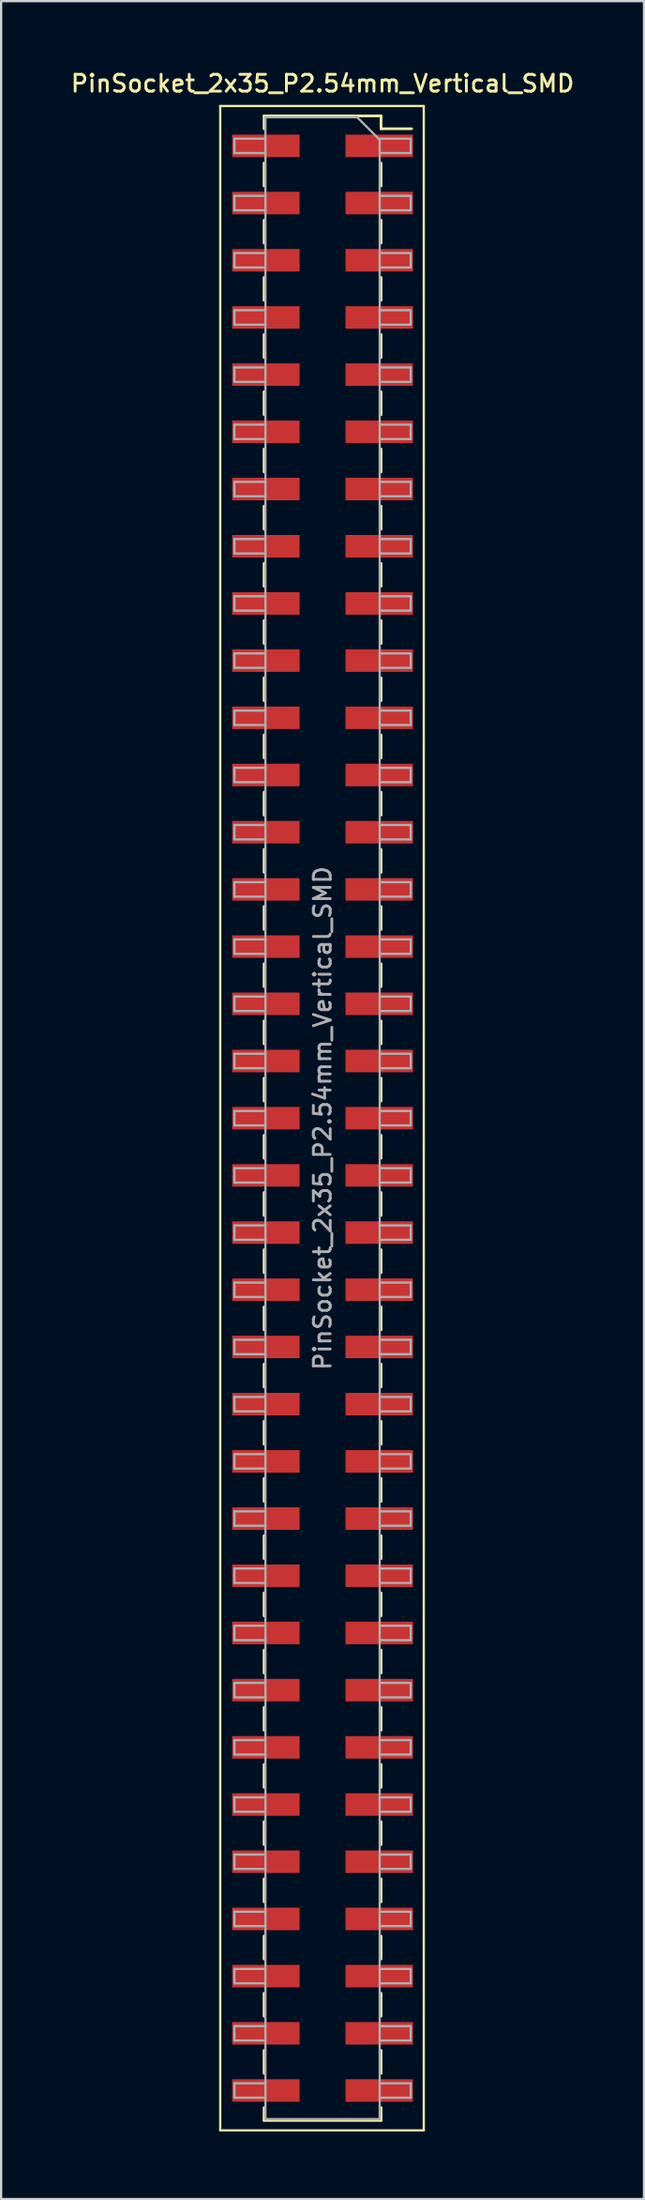
<source format=kicad_pcb>
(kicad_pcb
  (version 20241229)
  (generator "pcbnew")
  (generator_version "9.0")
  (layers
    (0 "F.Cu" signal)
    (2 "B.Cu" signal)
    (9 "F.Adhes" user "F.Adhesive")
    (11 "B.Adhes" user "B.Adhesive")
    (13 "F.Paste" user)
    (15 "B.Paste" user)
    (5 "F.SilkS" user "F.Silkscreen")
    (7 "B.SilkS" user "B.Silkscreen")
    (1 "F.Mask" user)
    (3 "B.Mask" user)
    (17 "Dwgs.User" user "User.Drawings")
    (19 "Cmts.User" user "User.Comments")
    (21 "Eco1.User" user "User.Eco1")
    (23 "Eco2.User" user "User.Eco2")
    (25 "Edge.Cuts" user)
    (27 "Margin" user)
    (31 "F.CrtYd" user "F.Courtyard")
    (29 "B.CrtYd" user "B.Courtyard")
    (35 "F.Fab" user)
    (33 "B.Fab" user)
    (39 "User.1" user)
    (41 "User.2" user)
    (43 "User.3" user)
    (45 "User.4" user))
  (footprint "PinSocket_2x35_P2.54mm_Vertical_SMD"
    (layer "F.Cu")
    (at 11.291 46.608)
    (property "Reference" "PinSocket_2x35_P2.54mm_Vertical_SMD" (at 0 -45.95 0) (layer "F.SilkS") (effects (font (size 0.75 0.75) (thickness 0.125))))
    (attr smd)
    (fp_line (start -4.55 -44.95) (end 4.5 -44.95) (stroke (width 0.1) (type solid)) (layer "F.SilkS"))
    (fp_line (start -4.55 44.95) (end -4.55 -44.95) (stroke (width 0.1) (type solid)) (layer "F.SilkS"))
    (fp_line (start -2.6 -44.51) (end -2.6 -43.94) (stroke (width 0.12) (type solid)) (layer "F.SilkS"))
    (fp_line (start -2.6 -44.51) (end 2.6 -44.51) (stroke (width 0.12) (type solid)) (layer "F.SilkS"))
    (fp_line (start -2.6 -42.42) (end -2.6 -41.4) (stroke (width 0.12) (type solid)) (layer "F.SilkS"))
    (fp_line (start -2.6 -39.88) (end -2.6 -38.86) (stroke (width 0.12) (type solid)) (layer "F.SilkS"))
    (fp_line (start -2.6 -37.34) (end -2.6 -36.32) (stroke (width 0.12) (type solid)) (layer "F.SilkS"))
    (fp_line (start -2.6 -34.8) (end -2.6 -33.78) (stroke (width 0.12) (type solid)) (layer "F.SilkS"))
    (fp_line (start -2.6 -32.26) (end -2.6 -31.24) (stroke (width 0.12) (type solid)) (layer "F.SilkS"))
    (fp_line (start -2.6 -29.72) (end -2.6 -28.7) (stroke (width 0.12) (type solid)) (layer "F.SilkS"))
    (fp_line (start -2.6 -27.18) (end -2.6 -26.16) (stroke (width 0.12) (type solid)) (layer "F.SilkS"))
    (fp_line (start -2.6 -24.64) (end -2.6 -23.62) (stroke (width 0.12) (type solid)) (layer "F.SilkS"))
    (fp_line (start -2.6 -22.1) (end -2.6 -21.08) (stroke (width 0.12) (type solid)) (layer "F.SilkS"))
    (fp_line (start -2.6 -19.56) (end -2.6 -18.54) (stroke (width 0.12) (type solid)) (layer "F.SilkS"))
    (fp_line (start -2.6 -17.02) (end -2.6 -16) (stroke (width 0.12) (type solid)) (layer "F.SilkS"))
    (fp_line (start -2.6 -14.48) (end -2.6 -13.46) (stroke (width 0.12) (type solid)) (layer "F.SilkS"))
    (fp_line (start -2.6 -11.94) (end -2.6 -10.92) (stroke (width 0.12) (type solid)) (layer "F.SilkS"))
    (fp_line (start -2.6 -9.4) (end -2.6 -8.38) (stroke (width 0.12) (type solid)) (layer "F.SilkS"))
    (fp_line (start -2.6 -6.86) (end -2.6 -5.84) (stroke (width 0.12) (type solid)) (layer "F.SilkS"))
    (fp_line (start -2.6 -4.32) (end -2.6 -3.3) (stroke (width 0.12) (type solid)) (layer "F.SilkS"))
    (fp_line (start -2.6 -1.78) (end -2.6 -0.76) (stroke (width 0.12) (type solid)) (layer "F.SilkS"))
    (fp_line (start -2.6 0.76) (end -2.6 1.78) (stroke (width 0.12) (type solid)) (layer "F.SilkS"))
    (fp_line (start -2.6 3.3) (end -2.6 4.32) (stroke (width 0.12) (type solid)) (layer "F.SilkS"))
    (fp_line (start -2.6 5.84) (end -2.6 6.86) (stroke (width 0.12) (type solid)) (layer "F.SilkS"))
    (fp_line (start -2.6 8.38) (end -2.6 9.4) (stroke (width 0.12) (type solid)) (layer "F.SilkS"))
    (fp_line (start -2.6 10.92) (end -2.6 11.94) (stroke (width 0.12) (type solid)) (layer "F.SilkS"))
    (fp_line (start -2.6 13.46) (end -2.6 14.48) (stroke (width 0.12) (type solid)) (layer "F.SilkS"))
    (fp_line (start -2.6 16) (end -2.6 17.02) (stroke (width 0.12) (type solid)) (layer "F.SilkS"))
    (fp_line (start -2.6 18.54) (end -2.6 19.56) (stroke (width 0.12) (type solid)) (layer "F.SilkS"))
    (fp_line (start -2.6 21.08) (end -2.6 22.1) (stroke (width 0.12) (type solid)) (layer "F.SilkS"))
    (fp_line (start -2.6 23.62) (end -2.6 24.64) (stroke (width 0.12) (type solid)) (layer "F.SilkS"))
    (fp_line (start -2.6 26.16) (end -2.6 27.18) (stroke (width 0.12) (type solid)) (layer "F.SilkS"))
    (fp_line (start -2.6 28.7) (end -2.6 29.72) (stroke (width 0.12) (type solid)) (layer "F.SilkS"))
    (fp_line (start -2.6 31.24) (end -2.6 32.26) (stroke (width 0.12) (type solid)) (layer "F.SilkS"))
    (fp_line (start -2.6 33.78) (end -2.6 34.8) (stroke (width 0.12) (type solid)) (layer "F.SilkS"))
    (fp_line (start -2.6 36.32) (end -2.6 37.34) (stroke (width 0.12) (type solid)) (layer "F.SilkS"))
    (fp_line (start -2.6 38.86) (end -2.6 39.88) (stroke (width 0.12) (type solid)) (layer "F.SilkS"))
    (fp_line (start -2.6 41.4) (end -2.6 42.42) (stroke (width 0.12) (type solid)) (layer "F.SilkS"))
    (fp_line (start -2.6 43.94) (end -2.6 44.51) (stroke (width 0.12) (type solid)) (layer "F.SilkS"))
    (fp_line (start -2.6 44.51) (end 2.6 44.51) (stroke (width 0.12) (type solid)) (layer "F.SilkS"))
    (fp_line (start 2.6 -44.51) (end 2.6 -43.94) (stroke (width 0.12) (type solid)) (layer "F.SilkS"))
    (fp_line (start 2.6 -43.94) (end 3.96 -43.94) (stroke (width 0.12) (type solid)) (layer "F.SilkS"))
    (fp_line (start 2.6 -42.42) (end 2.6 -41.4) (stroke (width 0.12) (type solid)) (layer "F.SilkS"))
    (fp_line (start 2.6 -39.88) (end 2.6 -38.86) (stroke (width 0.12) (type solid)) (layer "F.SilkS"))
    (fp_line (start 2.6 -37.34) (end 2.6 -36.32) (stroke (width 0.12) (type solid)) (layer "F.SilkS"))
    (fp_line (start 2.6 -34.8) (end 2.6 -33.78) (stroke (width 0.12) (type solid)) (layer "F.SilkS"))
    (fp_line (start 2.6 -32.26) (end 2.6 -31.24) (stroke (width 0.12) (type solid)) (layer "F.SilkS"))
    (fp_line (start 2.6 -29.72) (end 2.6 -28.7) (stroke (width 0.12) (type solid)) (layer "F.SilkS"))
    (fp_line (start 2.6 -27.18) (end 2.6 -26.16) (stroke (width 0.12) (type solid)) (layer "F.SilkS"))
    (fp_line (start 2.6 -24.64) (end 2.6 -23.62) (stroke (width 0.12) (type solid)) (layer "F.SilkS"))
    (fp_line (start 2.6 -22.1) (end 2.6 -21.08) (stroke (width 0.12) (type solid)) (layer "F.SilkS"))
    (fp_line (start 2.6 -19.56) (end 2.6 -18.54) (stroke (width 0.12) (type solid)) (layer "F.SilkS"))
    (fp_line (start 2.6 -17.02) (end 2.6 -16) (stroke (width 0.12) (type solid)) (layer "F.SilkS"))
    (fp_line (start 2.6 -14.48) (end 2.6 -13.46) (stroke (width 0.12) (type solid)) (layer "F.SilkS"))
    (fp_line (start 2.6 -11.94) (end 2.6 -10.92) (stroke (width 0.12) (type solid)) (layer "F.SilkS"))
    (fp_line (start 2.6 -9.4) (end 2.6 -8.38) (stroke (width 0.12) (type solid)) (layer "F.SilkS"))
    (fp_line (start 2.6 -6.86) (end 2.6 -5.84) (stroke (width 0.12) (type solid)) (layer "F.SilkS"))
    (fp_line (start 2.6 -4.32) (end 2.6 -3.3) (stroke (width 0.12) (type solid)) (layer "F.SilkS"))
    (fp_line (start 2.6 -1.78) (end 2.6 -0.76) (stroke (width 0.12) (type solid)) (layer "F.SilkS"))
    (fp_line (start 2.6 0.76) (end 2.6 1.78) (stroke (width 0.12) (type solid)) (layer "F.SilkS"))
    (fp_line (start 2.6 3.3) (end 2.6 4.32) (stroke (width 0.12) (type solid)) (layer "F.SilkS"))
    (fp_line (start 2.6 5.84) (end 2.6 6.86) (stroke (width 0.12) (type solid)) (layer "F.SilkS"))
    (fp_line (start 2.6 8.38) (end 2.6 9.4) (stroke (width 0.12) (type solid)) (layer "F.SilkS"))
    (fp_line (start 2.6 10.92) (end 2.6 11.94) (stroke (width 0.12) (type solid)) (layer "F.SilkS"))
    (fp_line (start 2.6 13.46) (end 2.6 14.48) (stroke (width 0.12) (type solid)) (layer "F.SilkS"))
    (fp_line (start 2.6 16) (end 2.6 17.02) (stroke (width 0.12) (type solid)) (layer "F.SilkS"))
    (fp_line (start 2.6 18.54) (end 2.6 19.56) (stroke (width 0.12) (type solid)) (layer "F.SilkS"))
    (fp_line (start 2.6 21.08) (end 2.6 22.1) (stroke (width 0.12) (type solid)) (layer "F.SilkS"))
    (fp_line (start 2.6 23.62) (end 2.6 24.64) (stroke (width 0.12) (type solid)) (layer "F.SilkS"))
    (fp_line (start 2.6 26.16) (end 2.6 27.18) (stroke (width 0.12) (type solid)) (layer "F.SilkS"))
    (fp_line (start 2.6 28.7) (end 2.6 29.72) (stroke (width 0.12) (type solid)) (layer "F.SilkS"))
    (fp_line (start 2.6 31.24) (end 2.6 32.26) (stroke (width 0.12) (type solid)) (layer "F.SilkS"))
    (fp_line (start 2.6 33.78) (end 2.6 34.8) (stroke (width 0.12) (type solid)) (layer "F.SilkS"))
    (fp_line (start 2.6 36.32) (end 2.6 37.34) (stroke (width 0.12) (type solid)) (layer "F.SilkS"))
    (fp_line (start 2.6 38.86) (end 2.6 39.88) (stroke (width 0.12) (type solid)) (layer "F.SilkS"))
    (fp_line (start 2.6 41.4) (end 2.6 42.42) (stroke (width 0.12) (type solid)) (layer "F.SilkS"))
    (fp_line (start 2.6 43.94) (end 2.6 44.51) (stroke (width 0.12) (type solid)) (layer "F.SilkS"))
    (fp_line (start 4.5 -44.95) (end 4.5 44.95) (stroke (width 0.1) (type solid)) (layer "F.SilkS"))
    (fp_line (start 4.5 44.95) (end -4.55 44.95) (stroke (width 0.1) (type solid)) (layer "F.SilkS"))
    (fp_line (start -3.92 -43.5) (end -2.54 -43.5) (stroke (width 0.1) (type solid)) (layer "F.Fab"))
    (fp_line (start -3.92 -42.86) (end -3.92 -43.5) (stroke (width 0.1) (type solid)) (layer "F.Fab"))
    (fp_line (start -3.92 -40.96) (end -2.54 -40.96) (stroke (width 0.1) (type solid)) (layer "F.Fab"))
    (fp_line (start -3.92 -40.32) (end -3.92 -40.96) (stroke (width 0.1) (type solid)) (layer "F.Fab"))
    (fp_line (start -3.92 -38.42) (end -2.54 -38.42) (stroke (width 0.1) (type solid)) (layer "F.Fab"))
    (fp_line (start -3.92 -37.78) (end -3.92 -38.42) (stroke (width 0.1) (type solid)) (layer "F.Fab"))
    (fp_line (start -3.92 -35.88) (end -2.54 -35.88) (stroke (width 0.1) (type solid)) (layer "F.Fab"))
    (fp_line (start -3.92 -35.24) (end -3.92 -35.88) (stroke (width 0.1) (type solid)) (layer "F.Fab"))
    (fp_line (start -3.92 -33.34) (end -2.54 -33.34) (stroke (width 0.1) (type solid)) (layer "F.Fab"))
    (fp_line (start -3.92 -32.7) (end -3.92 -33.34) (stroke (width 0.1) (type solid)) (layer "F.Fab"))
    (fp_line (start -3.92 -30.8) (end -2.54 -30.8) (stroke (width 0.1) (type solid)) (layer "F.Fab"))
    (fp_line (start -3.92 -30.16) (end -3.92 -30.8) (stroke (width 0.1) (type solid)) (layer "F.Fab"))
    (fp_line (start -3.92 -28.26) (end -2.54 -28.26) (stroke (width 0.1) (type solid)) (layer "F.Fab"))
    (fp_line (start -3.92 -27.62) (end -3.92 -28.26) (stroke (width 0.1) (type solid)) (layer "F.Fab"))
    (fp_line (start -3.92 -25.72) (end -2.54 -25.72) (stroke (width 0.1) (type solid)) (layer "F.Fab"))
    (fp_line (start -3.92 -25.08) (end -3.92 -25.72) (stroke (width 0.1) (type solid)) (layer "F.Fab"))
    (fp_line (start -3.92 -23.18) (end -2.54 -23.18) (stroke (width 0.1) (type solid)) (layer "F.Fab"))
    (fp_line (start -3.92 -22.54) (end -3.92 -23.18) (stroke (width 0.1) (type solid)) (layer "F.Fab"))
    (fp_line (start -3.92 -20.64) (end -2.54 -20.64) (stroke (width 0.1) (type solid)) (layer "F.Fab"))
    (fp_line (start -3.92 -20) (end -3.92 -20.64) (stroke (width 0.1) (type solid)) (layer "F.Fab"))
    (fp_line (start -3.92 -18.1) (end -2.54 -18.1) (stroke (width 0.1) (type solid)) (layer "F.Fab"))
    (fp_line (start -3.92 -17.46) (end -3.92 -18.1) (stroke (width 0.1) (type solid)) (layer "F.Fab"))
    (fp_line (start -3.92 -15.56) (end -2.54 -15.56) (stroke (width 0.1) (type solid)) (layer "F.Fab"))
    (fp_line (start -3.92 -14.92) (end -3.92 -15.56) (stroke (width 0.1) (type solid)) (layer "F.Fab"))
    (fp_line (start -3.92 -13.02) (end -2.54 -13.02) (stroke (width 0.1) (type solid)) (layer "F.Fab"))
    (fp_line (start -3.92 -12.38) (end -3.92 -13.02) (stroke (width 0.1) (type solid)) (layer "F.Fab"))
    (fp_line (start -3.92 -10.48) (end -2.54 -10.48) (stroke (width 0.1) (type solid)) (layer "F.Fab"))
    (fp_line (start -3.92 -9.84) (end -3.92 -10.48) (stroke (width 0.1) (type solid)) (layer "F.Fab"))
    (fp_line (start -3.92 -7.94) (end -2.54 -7.94) (stroke (width 0.1) (type solid)) (layer "F.Fab"))
    (fp_line (start -3.92 -7.3) (end -3.92 -7.94) (stroke (width 0.1) (type solid)) (layer "F.Fab"))
    (fp_line (start -3.92 -5.4) (end -2.54 -5.4) (stroke (width 0.1) (type solid)) (layer "F.Fab"))
    (fp_line (start -3.92 -4.76) (end -3.92 -5.4) (stroke (width 0.1) (type solid)) (layer "F.Fab"))
    (fp_line (start -3.92 -2.86) (end -2.54 -2.86) (stroke (width 0.1) (type solid)) (layer "F.Fab"))
    (fp_line (start -3.92 -2.22) (end -3.92 -2.86) (stroke (width 0.1) (type solid)) (layer "F.Fab"))
    (fp_line (start -3.92 -0.32) (end -2.54 -0.32) (stroke (width 0.1) (type solid)) (layer "F.Fab"))
    (fp_line (start -3.92 0.32) (end -3.92 -0.32) (stroke (width 0.1) (type solid)) (layer "F.Fab"))
    (fp_line (start -3.92 2.22) (end -2.54 2.22) (stroke (width 0.1) (type solid)) (layer "F.Fab"))
    (fp_line (start -3.92 2.86) (end -3.92 2.22) (stroke (width 0.1) (type solid)) (layer "F.Fab"))
    (fp_line (start -3.92 4.76) (end -2.54 4.76) (stroke (width 0.1) (type solid)) (layer "F.Fab"))
    (fp_line (start -3.92 5.4) (end -3.92 4.76) (stroke (width 0.1) (type solid)) (layer "F.Fab"))
    (fp_line (start -3.92 7.3) (end -2.54 7.3) (stroke (width 0.1) (type solid)) (layer "F.Fab"))
    (fp_line (start -3.92 7.94) (end -3.92 7.3) (stroke (width 0.1) (type solid)) (layer "F.Fab"))
    (fp_line (start -3.92 9.84) (end -2.54 9.84) (stroke (width 0.1) (type solid)) (layer "F.Fab"))
    (fp_line (start -3.92 10.48) (end -3.92 9.84) (stroke (width 0.1) (type solid)) (layer "F.Fab"))
    (fp_line (start -3.92 12.38) (end -2.54 12.38) (stroke (width 0.1) (type solid)) (layer "F.Fab"))
    (fp_line (start -3.92 13.02) (end -3.92 12.38) (stroke (width 0.1) (type solid)) (layer "F.Fab"))
    (fp_line (start -3.92 14.92) (end -2.54 14.92) (stroke (width 0.1) (type solid)) (layer "F.Fab"))
    (fp_line (start -3.92 15.56) (end -3.92 14.92) (stroke (width 0.1) (type solid)) (layer "F.Fab"))
    (fp_line (start -3.92 17.46) (end -2.54 17.46) (stroke (width 0.1) (type solid)) (layer "F.Fab"))
    (fp_line (start -3.92 18.1) (end -3.92 17.46) (stroke (width 0.1) (type solid)) (layer "F.Fab"))
    (fp_line (start -3.92 20) (end -2.54 20) (stroke (width 0.1) (type solid)) (layer "F.Fab"))
    (fp_line (start -3.92 20.64) (end -3.92 20) (stroke (width 0.1) (type solid)) (layer "F.Fab"))
    (fp_line (start -3.92 22.54) (end -2.54 22.54) (stroke (width 0.1) (type solid)) (layer "F.Fab"))
    (fp_line (start -3.92 23.18) (end -3.92 22.54) (stroke (width 0.1) (type solid)) (layer "F.Fab"))
    (fp_line (start -3.92 25.08) (end -2.54 25.08) (stroke (width 0.1) (type solid)) (layer "F.Fab"))
    (fp_line (start -3.92 25.72) (end -3.92 25.08) (stroke (width 0.1) (type solid)) (layer "F.Fab"))
    (fp_line (start -3.92 27.62) (end -2.54 27.62) (stroke (width 0.1) (type solid)) (layer "F.Fab"))
    (fp_line (start -3.92 28.26) (end -3.92 27.62) (stroke (width 0.1) (type solid)) (layer "F.Fab"))
    (fp_line (start -3.92 30.16) (end -2.54 30.16) (stroke (width 0.1) (type solid)) (layer "F.Fab"))
    (fp_line (start -3.92 30.8) (end -3.92 30.16) (stroke (width 0.1) (type solid)) (layer "F.Fab"))
    (fp_line (start -3.92 32.7) (end -2.54 32.7) (stroke (width 0.1) (type solid)) (layer "F.Fab"))
    (fp_line (start -3.92 33.34) (end -3.92 32.7) (stroke (width 0.1) (type solid)) (layer "F.Fab"))
    (fp_line (start -3.92 35.24) (end -2.54 35.24) (stroke (width 0.1) (type solid)) (layer "F.Fab"))
    (fp_line (start -3.92 35.88) (end -3.92 35.24) (stroke (width 0.1) (type solid)) (layer "F.Fab"))
    (fp_line (start -3.92 37.78) (end -2.54 37.78) (stroke (width 0.1) (type solid)) (layer "F.Fab"))
    (fp_line (start -3.92 38.42) (end -3.92 37.78) (stroke (width 0.1) (type solid)) (layer "F.Fab"))
    (fp_line (start -3.92 40.32) (end -2.54 40.32) (stroke (width 0.1) (type solid)) (layer "F.Fab"))
    (fp_line (start -3.92 40.96) (end -3.92 40.32) (stroke (width 0.1) (type solid)) (layer "F.Fab"))
    (fp_line (start -3.92 42.86) (end -2.54 42.86) (stroke (width 0.1) (type solid)) (layer "F.Fab"))
    (fp_line (start -3.92 43.5) (end -3.92 42.86) (stroke (width 0.1) (type solid)) (layer "F.Fab"))
    (fp_line (start -2.54 -44.45) (end 1.54 -44.45) (stroke (width 0.1) (type solid)) (layer "F.Fab"))
    (fp_line (start -2.54 -42.86) (end -3.92 -42.86) (stroke (width 0.1) (type solid)) (layer "F.Fab"))
    (fp_line (start -2.54 -40.32) (end -3.92 -40.32) (stroke (width 0.1) (type solid)) (layer "F.Fab"))
    (fp_line (start -2.54 -37.78) (end -3.92 -37.78) (stroke (width 0.1) (type solid)) (layer "F.Fab"))
    (fp_line (start -2.54 -35.24) (end -3.92 -35.24) (stroke (width 0.1) (type solid)) (layer "F.Fab"))
    (fp_line (start -2.54 -32.7) (end -3.92 -32.7) (stroke (width 0.1) (type solid)) (layer "F.Fab"))
    (fp_line (start -2.54 -30.16) (end -3.92 -30.16) (stroke (width 0.1) (type solid)) (layer "F.Fab"))
    (fp_line (start -2.54 -27.62) (end -3.92 -27.62) (stroke (width 0.1) (type solid)) (layer "F.Fab"))
    (fp_line (start -2.54 -25.08) (end -3.92 -25.08) (stroke (width 0.1) (type solid)) (layer "F.Fab"))
    (fp_line (start -2.54 -22.54) (end -3.92 -22.54) (stroke (width 0.1) (type solid)) (layer "F.Fab"))
    (fp_line (start -2.54 -20) (end -3.92 -20) (stroke (width 0.1) (type solid)) (layer "F.Fab"))
    (fp_line (start -2.54 -17.46) (end -3.92 -17.46) (stroke (width 0.1) (type solid)) (layer "F.Fab"))
    (fp_line (start -2.54 -14.92) (end -3.92 -14.92) (stroke (width 0.1) (type solid)) (layer "F.Fab"))
    (fp_line (start -2.54 -12.38) (end -3.92 -12.38) (stroke (width 0.1) (type solid)) (layer "F.Fab"))
    (fp_line (start -2.54 -9.84) (end -3.92 -9.84) (stroke (width 0.1) (type solid)) (layer "F.Fab"))
    (fp_line (start -2.54 -7.3) (end -3.92 -7.3) (stroke (width 0.1) (type solid)) (layer "F.Fab"))
    (fp_line (start -2.54 -4.76) (end -3.92 -4.76) (stroke (width 0.1) (type solid)) (layer "F.Fab"))
    (fp_line (start -2.54 -2.22) (end -3.92 -2.22) (stroke (width 0.1) (type solid)) (layer "F.Fab"))
    (fp_line (start -2.54 0.32) (end -3.92 0.32) (stroke (width 0.1) (type solid)) (layer "F.Fab"))
    (fp_line (start -2.54 2.86) (end -3.92 2.86) (stroke (width 0.1) (type solid)) (layer "F.Fab"))
    (fp_line (start -2.54 5.4) (end -3.92 5.4) (stroke (width 0.1) (type solid)) (layer "F.Fab"))
    (fp_line (start -2.54 7.94) (end -3.92 7.94) (stroke (width 0.1) (type solid)) (layer "F.Fab"))
    (fp_line (start -2.54 10.48) (end -3.92 10.48) (stroke (width 0.1) (type solid)) (layer "F.Fab"))
    (fp_line (start -2.54 13.02) (end -3.92 13.02) (stroke (width 0.1) (type solid)) (layer "F.Fab"))
    (fp_line (start -2.54 15.56) (end -3.92 15.56) (stroke (width 0.1) (type solid)) (layer "F.Fab"))
    (fp_line (start -2.54 18.1) (end -3.92 18.1) (stroke (width 0.1) (type solid)) (layer "F.Fab"))
    (fp_line (start -2.54 20.64) (end -3.92 20.64) (stroke (width 0.1) (type solid)) (layer "F.Fab"))
    (fp_line (start -2.54 23.18) (end -3.92 23.18) (stroke (width 0.1) (type solid)) (layer "F.Fab"))
    (fp_line (start -2.54 25.72) (end -3.92 25.72) (stroke (width 0.1) (type solid)) (layer "F.Fab"))
    (fp_line (start -2.54 28.26) (end -3.92 28.26) (stroke (width 0.1) (type solid)) (layer "F.Fab"))
    (fp_line (start -2.54 30.8) (end -3.92 30.8) (stroke (width 0.1) (type solid)) (layer "F.Fab"))
    (fp_line (start -2.54 33.34) (end -3.92 33.34) (stroke (width 0.1) (type solid)) (layer "F.Fab"))
    (fp_line (start -2.54 35.88) (end -3.92 35.88) (stroke (width 0.1) (type solid)) (layer "F.Fab"))
    (fp_line (start -2.54 38.42) (end -3.92 38.42) (stroke (width 0.1) (type solid)) (layer "F.Fab"))
    (fp_line (start -2.54 40.96) (end -3.92 40.96) (stroke (width 0.1) (type solid)) (layer "F.Fab"))
    (fp_line (start -2.54 43.5) (end -3.92 43.5) (stroke (width 0.1) (type solid)) (layer "F.Fab"))
    (fp_line (start -2.54 44.45) (end -2.54 -44.45) (stroke (width 0.1) (type solid)) (layer "F.Fab"))
    (fp_line (start 1.54 -44.45) (end 2.54 -43.45) (stroke (width 0.1) (type solid)) (layer "F.Fab"))
    (fp_line (start 2.54 -43.5) (end 3.92 -43.5) (stroke (width 0.1) (type solid)) (layer "F.Fab"))
    (fp_line (start 2.54 -43.45) (end 2.54 44.45) (stroke (width 0.1) (type solid)) (layer "F.Fab"))
    (fp_line (start 2.54 -40.96) (end 3.92 -40.96) (stroke (width 0.1) (type solid)) (layer "F.Fab"))
    (fp_line (start 2.54 -38.42) (end 3.92 -38.42) (stroke (width 0.1) (type solid)) (layer "F.Fab"))
    (fp_line (start 2.54 -35.88) (end 3.92 -35.88) (stroke (width 0.1) (type solid)) (layer "F.Fab"))
    (fp_line (start 2.54 -33.34) (end 3.92 -33.34) (stroke (width 0.1) (type solid)) (layer "F.Fab"))
    (fp_line (start 2.54 -30.8) (end 3.92 -30.8) (stroke (width 0.1) (type solid)) (layer "F.Fab"))
    (fp_line (start 2.54 -28.26) (end 3.92 -28.26) (stroke (width 0.1) (type solid)) (layer "F.Fab"))
    (fp_line (start 2.54 -25.72) (end 3.92 -25.72) (stroke (width 0.1) (type solid)) (layer "F.Fab"))
    (fp_line (start 2.54 -23.18) (end 3.92 -23.18) (stroke (width 0.1) (type solid)) (layer "F.Fab"))
    (fp_line (start 2.54 -20.64) (end 3.92 -20.64) (stroke (width 0.1) (type solid)) (layer "F.Fab"))
    (fp_line (start 2.54 -18.1) (end 3.92 -18.1) (stroke (width 0.1) (type solid)) (layer "F.Fab"))
    (fp_line (start 2.54 -15.56) (end 3.92 -15.56) (stroke (width 0.1) (type solid)) (layer "F.Fab"))
    (fp_line (start 2.54 -13.02) (end 3.92 -13.02) (stroke (width 0.1) (type solid)) (layer "F.Fab"))
    (fp_line (start 2.54 -10.48) (end 3.92 -10.48) (stroke (width 0.1) (type solid)) (layer "F.Fab"))
    (fp_line (start 2.54 -7.94) (end 3.92 -7.94) (stroke (width 0.1) (type solid)) (layer "F.Fab"))
    (fp_line (start 2.54 -5.4) (end 3.92 -5.4) (stroke (width 0.1) (type solid)) (layer "F.Fab"))
    (fp_line (start 2.54 -2.86) (end 3.92 -2.86) (stroke (width 0.1) (type solid)) (layer "F.Fab"))
    (fp_line (start 2.54 -0.32) (end 3.92 -0.32) (stroke (width 0.1) (type solid)) (layer "F.Fab"))
    (fp_line (start 2.54 2.22) (end 3.92 2.22) (stroke (width 0.1) (type solid)) (layer "F.Fab"))
    (fp_line (start 2.54 4.76) (end 3.92 4.76) (stroke (width 0.1) (type solid)) (layer "F.Fab"))
    (fp_line (start 2.54 7.3) (end 3.92 7.3) (stroke (width 0.1) (type solid)) (layer "F.Fab"))
    (fp_line (start 2.54 9.84) (end 3.92 9.84) (stroke (width 0.1) (type solid)) (layer "F.Fab"))
    (fp_line (start 2.54 12.38) (end 3.92 12.38) (stroke (width 0.1) (type solid)) (layer "F.Fab"))
    (fp_line (start 2.54 14.92) (end 3.92 14.92) (stroke (width 0.1) (type solid)) (layer "F.Fab"))
    (fp_line (start 2.54 17.46) (end 3.92 17.46) (stroke (width 0.1) (type solid)) (layer "F.Fab"))
    (fp_line (start 2.54 20) (end 3.92 20) (stroke (width 0.1) (type solid)) (layer "F.Fab"))
    (fp_line (start 2.54 22.54) (end 3.92 22.54) (stroke (width 0.1) (type solid)) (layer "F.Fab"))
    (fp_line (start 2.54 25.08) (end 3.92 25.08) (stroke (width 0.1) (type solid)) (layer "F.Fab"))
    (fp_line (start 2.54 27.62) (end 3.92 27.62) (stroke (width 0.1) (type solid)) (layer "F.Fab"))
    (fp_line (start 2.54 30.16) (end 3.92 30.16) (stroke (width 0.1) (type solid)) (layer "F.Fab"))
    (fp_line (start 2.54 32.7) (end 3.92 32.7) (stroke (width 0.1) (type solid)) (layer "F.Fab"))
    (fp_line (start 2.54 35.24) (end 3.92 35.24) (stroke (width 0.1) (type solid)) (layer "F.Fab"))
    (fp_line (start 2.54 37.78) (end 3.92 37.78) (stroke (width 0.1) (type solid)) (layer "F.Fab"))
    (fp_line (start 2.54 40.32) (end 3.92 40.32) (stroke (width 0.1) (type solid)) (layer "F.Fab"))
    (fp_line (start 2.54 42.86) (end 3.92 42.86) (stroke (width 0.1) (type solid)) (layer "F.Fab"))
    (fp_line (start 2.54 44.45) (end -2.54 44.45) (stroke (width 0.1) (type solid)) (layer "F.Fab"))
    (fp_line (start 3.92 -43.5) (end 3.92 -42.86) (stroke (width 0.1) (type solid)) (layer "F.Fab"))
    (fp_line (start 3.92 -42.86) (end 2.54 -42.86) (stroke (width 0.1) (type solid)) (layer "F.Fab"))
    (fp_line (start 3.92 -40.96) (end 3.92 -40.32) (stroke (width 0.1) (type solid)) (layer "F.Fab"))
    (fp_line (start 3.92 -40.32) (end 2.54 -40.32) (stroke (width 0.1) (type solid)) (layer "F.Fab"))
    (fp_line (start 3.92 -38.42) (end 3.92 -37.78) (stroke (width 0.1) (type solid)) (layer "F.Fab"))
    (fp_line (start 3.92 -37.78) (end 2.54 -37.78) (stroke (width 0.1) (type solid)) (layer "F.Fab"))
    (fp_line (start 3.92 -35.88) (end 3.92 -35.24) (stroke (width 0.1) (type solid)) (layer "F.Fab"))
    (fp_line (start 3.92 -35.24) (end 2.54 -35.24) (stroke (width 0.1) (type solid)) (layer "F.Fab"))
    (fp_line (start 3.92 -33.34) (end 3.92 -32.7) (stroke (width 0.1) (type solid)) (layer "F.Fab"))
    (fp_line (start 3.92 -32.7) (end 2.54 -32.7) (stroke (width 0.1) (type solid)) (layer "F.Fab"))
    (fp_line (start 3.92 -30.8) (end 3.92 -30.16) (stroke (width 0.1) (type solid)) (layer "F.Fab"))
    (fp_line (start 3.92 -30.16) (end 2.54 -30.16) (stroke (width 0.1) (type solid)) (layer "F.Fab"))
    (fp_line (start 3.92 -28.26) (end 3.92 -27.62) (stroke (width 0.1) (type solid)) (layer "F.Fab"))
    (fp_line (start 3.92 -27.62) (end 2.54 -27.62) (stroke (width 0.1) (type solid)) (layer "F.Fab"))
    (fp_line (start 3.92 -25.72) (end 3.92 -25.08) (stroke (width 0.1) (type solid)) (layer "F.Fab"))
    (fp_line (start 3.92 -25.08) (end 2.54 -25.08) (stroke (width 0.1) (type solid)) (layer "F.Fab"))
    (fp_line (start 3.92 -23.18) (end 3.92 -22.54) (stroke (width 0.1) (type solid)) (layer "F.Fab"))
    (fp_line (start 3.92 -22.54) (end 2.54 -22.54) (stroke (width 0.1) (type solid)) (layer "F.Fab"))
    (fp_line (start 3.92 -20.64) (end 3.92 -20) (stroke (width 0.1) (type solid)) (layer "F.Fab"))
    (fp_line (start 3.92 -20) (end 2.54 -20) (stroke (width 0.1) (type solid)) (layer "F.Fab"))
    (fp_line (start 3.92 -18.1) (end 3.92 -17.46) (stroke (width 0.1) (type solid)) (layer "F.Fab"))
    (fp_line (start 3.92 -17.46) (end 2.54 -17.46) (stroke (width 0.1) (type solid)) (layer "F.Fab"))
    (fp_line (start 3.92 -15.56) (end 3.92 -14.92) (stroke (width 0.1) (type solid)) (layer "F.Fab"))
    (fp_line (start 3.92 -14.92) (end 2.54 -14.92) (stroke (width 0.1) (type solid)) (layer "F.Fab"))
    (fp_line (start 3.92 -13.02) (end 3.92 -12.38) (stroke (width 0.1) (type solid)) (layer "F.Fab"))
    (fp_line (start 3.92 -12.38) (end 2.54 -12.38) (stroke (width 0.1) (type solid)) (layer "F.Fab"))
    (fp_line (start 3.92 -10.48) (end 3.92 -9.84) (stroke (width 0.1) (type solid)) (layer "F.Fab"))
    (fp_line (start 3.92 -9.84) (end 2.54 -9.84) (stroke (width 0.1) (type solid)) (layer "F.Fab"))
    (fp_line (start 3.92 -7.94) (end 3.92 -7.3) (stroke (width 0.1) (type solid)) (layer "F.Fab"))
    (fp_line (start 3.92 -7.3) (end 2.54 -7.3) (stroke (width 0.1) (type solid)) (layer "F.Fab"))
    (fp_line (start 3.92 -5.4) (end 3.92 -4.76) (stroke (width 0.1) (type solid)) (layer "F.Fab"))
    (fp_line (start 3.92 -4.76) (end 2.54 -4.76) (stroke (width 0.1) (type solid)) (layer "F.Fab"))
    (fp_line (start 3.92 -2.86) (end 3.92 -2.22) (stroke (width 0.1) (type solid)) (layer "F.Fab"))
    (fp_line (start 3.92 -2.22) (end 2.54 -2.22) (stroke (width 0.1) (type solid)) (layer "F.Fab"))
    (fp_line (start 3.92 -0.32) (end 3.92 0.32) (stroke (width 0.1) (type solid)) (layer "F.Fab"))
    (fp_line (start 3.92 0.32) (end 2.54 0.32) (stroke (width 0.1) (type solid)) (layer "F.Fab"))
    (fp_line (start 3.92 2.22) (end 3.92 2.86) (stroke (width 0.1) (type solid)) (layer "F.Fab"))
    (fp_line (start 3.92 2.86) (end 2.54 2.86) (stroke (width 0.1) (type solid)) (layer "F.Fab"))
    (fp_line (start 3.92 4.76) (end 3.92 5.4) (stroke (width 0.1) (type solid)) (layer "F.Fab"))
    (fp_line (start 3.92 5.4) (end 2.54 5.4) (stroke (width 0.1) (type solid)) (layer "F.Fab"))
    (fp_line (start 3.92 7.3) (end 3.92 7.94) (stroke (width 0.1) (type solid)) (layer "F.Fab"))
    (fp_line (start 3.92 7.94) (end 2.54 7.94) (stroke (width 0.1) (type solid)) (layer "F.Fab"))
    (fp_line (start 3.92 9.84) (end 3.92 10.48) (stroke (width 0.1) (type solid)) (layer "F.Fab"))
    (fp_line (start 3.92 10.48) (end 2.54 10.48) (stroke (width 0.1) (type solid)) (layer "F.Fab"))
    (fp_line (start 3.92 12.38) (end 3.92 13.02) (stroke (width 0.1) (type solid)) (layer "F.Fab"))
    (fp_line (start 3.92 13.02) (end 2.54 13.02) (stroke (width 0.1) (type solid)) (layer "F.Fab"))
    (fp_line (start 3.92 14.92) (end 3.92 15.56) (stroke (width 0.1) (type solid)) (layer "F.Fab"))
    (fp_line (start 3.92 15.56) (end 2.54 15.56) (stroke (width 0.1) (type solid)) (layer "F.Fab"))
    (fp_line (start 3.92 17.46) (end 3.92 18.1) (stroke (width 0.1) (type solid)) (layer "F.Fab"))
    (fp_line (start 3.92 18.1) (end 2.54 18.1) (stroke (width 0.1) (type solid)) (layer "F.Fab"))
    (fp_line (start 3.92 20) (end 3.92 20.64) (stroke (width 0.1) (type solid)) (layer "F.Fab"))
    (fp_line (start 3.92 20.64) (end 2.54 20.64) (stroke (width 0.1) (type solid)) (layer "F.Fab"))
    (fp_line (start 3.92 22.54) (end 3.92 23.18) (stroke (width 0.1) (type solid)) (layer "F.Fab"))
    (fp_line (start 3.92 23.18) (end 2.54 23.18) (stroke (width 0.1) (type solid)) (layer "F.Fab"))
    (fp_line (start 3.92 25.08) (end 3.92 25.72) (stroke (width 0.1) (type solid)) (layer "F.Fab"))
    (fp_line (start 3.92 25.72) (end 2.54 25.72) (stroke (width 0.1) (type solid)) (layer "F.Fab"))
    (fp_line (start 3.92 27.62) (end 3.92 28.26) (stroke (width 0.1) (type solid)) (layer "F.Fab"))
    (fp_line (start 3.92 28.26) (end 2.54 28.26) (stroke (width 0.1) (type solid)) (layer "F.Fab"))
    (fp_line (start 3.92 30.16) (end 3.92 30.8) (stroke (width 0.1) (type solid)) (layer "F.Fab"))
    (fp_line (start 3.92 30.8) (end 2.54 30.8) (stroke (width 0.1) (type solid)) (layer "F.Fab"))
    (fp_line (start 3.92 32.7) (end 3.92 33.34) (stroke (width 0.1) (type solid)) (layer "F.Fab"))
    (fp_line (start 3.92 33.34) (end 2.54 33.34) (stroke (width 0.1) (type solid)) (layer "F.Fab"))
    (fp_line (start 3.92 35.24) (end 3.92 35.88) (stroke (width 0.1) (type solid)) (layer "F.Fab"))
    (fp_line (start 3.92 35.88) (end 2.54 35.88) (stroke (width 0.1) (type solid)) (layer "F.Fab"))
    (fp_line (start 3.92 37.78) (end 3.92 38.42) (stroke (width 0.1) (type solid)) (layer "F.Fab"))
    (fp_line (start 3.92 38.42) (end 2.54 38.42) (stroke (width 0.1) (type solid)) (layer "F.Fab"))
    (fp_line (start 3.92 40.32) (end 3.92 40.96) (stroke (width 0.1) (type solid)) (layer "F.Fab"))
    (fp_line (start 3.92 40.96) (end 2.54 40.96) (stroke (width 0.1) (type solid)) (layer "F.Fab"))
    (fp_line (start 3.92 42.86) (end 3.92 43.5) (stroke (width 0.1) (type solid)) (layer "F.Fab"))
    (fp_line (start 3.92 43.5) (end 2.54 43.5) (stroke (width 0.1) (type solid)) (layer "F.Fab"))
    (fp_text user "${REFERENCE}" (at 0 0 90) (layer "F.Fab") (effects (font (size 0.75 0.75) (thickness 0.125))))
    (pad "1" smd rect (at 2.52 -43.18) (size 3 1) (layers "F.Cu" "F.Mask" "F.Paste"))
    (pad "2" smd rect (at -2.52 -43.18) (size 3 1) (layers "F.Cu" "F.Mask" "F.Paste"))
    (pad "3" smd rect (at 2.52 -40.64) (size 3 1) (layers "F.Cu" "F.Mask" "F.Paste"))
    (pad "4" smd rect (at -2.52 -40.64) (size 3 1) (layers "F.Cu" "F.Mask" "F.Paste"))
    (pad "5" smd rect (at 2.52 -38.1) (size 3 1) (layers "F.Cu" "F.Mask" "F.Paste"))
    (pad "6" smd rect (at -2.52 -38.1) (size 3 1) (layers "F.Cu" "F.Mask" "F.Paste"))
    (pad "7" smd rect (at 2.52 -35.56) (size 3 1) (layers "F.Cu" "F.Mask" "F.Paste"))
    (pad "8" smd rect (at -2.52 -35.56) (size 3 1) (layers "F.Cu" "F.Mask" "F.Paste"))
    (pad "9" smd rect (at 2.52 -33.02) (size 3 1) (layers "F.Cu" "F.Mask" "F.Paste"))
    (pad "10" smd rect (at -2.52 -33.02) (size 3 1) (layers "F.Cu" "F.Mask" "F.Paste"))
    (pad "11" smd rect (at 2.52 -30.48) (size 3 1) (layers "F.Cu" "F.Mask" "F.Paste"))
    (pad "12" smd rect (at -2.52 -30.48) (size 3 1) (layers "F.Cu" "F.Mask" "F.Paste"))
    (pad "13" smd rect (at 2.52 -27.94) (size 3 1) (layers "F.Cu" "F.Mask" "F.Paste"))
    (pad "14" smd rect (at -2.52 -27.94) (size 3 1) (layers "F.Cu" "F.Mask" "F.Paste"))
    (pad "15" smd rect (at 2.52 -25.4) (size 3 1) (layers "F.Cu" "F.Mask" "F.Paste"))
    (pad "16" smd rect (at -2.52 -25.4) (size 3 1) (layers "F.Cu" "F.Mask" "F.Paste"))
    (pad "17" smd rect (at 2.52 -22.86) (size 3 1) (layers "F.Cu" "F.Mask" "F.Paste"))
    (pad "18" smd rect (at -2.52 -22.86) (size 3 1) (layers "F.Cu" "F.Mask" "F.Paste"))
    (pad "19" smd rect (at 2.52 -20.32) (size 3 1) (layers "F.Cu" "F.Mask" "F.Paste"))
    (pad "20" smd rect (at -2.52 -20.32) (size 3 1) (layers "F.Cu" "F.Mask" "F.Paste"))
    (pad "21" smd rect (at 2.52 -17.78) (size 3 1) (layers "F.Cu" "F.Mask" "F.Paste"))
    (pad "22" smd rect (at -2.52 -17.78) (size 3 1) (layers "F.Cu" "F.Mask" "F.Paste"))
    (pad "23" smd rect (at 2.52 -15.24) (size 3 1) (layers "F.Cu" "F.Mask" "F.Paste"))
    (pad "24" smd rect (at -2.52 -15.24) (size 3 1) (layers "F.Cu" "F.Mask" "F.Paste"))
    (pad "25" smd rect (at 2.52 -12.7) (size 3 1) (layers "F.Cu" "F.Mask" "F.Paste"))
    (pad "26" smd rect (at -2.52 -12.7) (size 3 1) (layers "F.Cu" "F.Mask" "F.Paste"))
    (pad "27" smd rect (at 2.52 -10.16) (size 3 1) (layers "F.Cu" "F.Mask" "F.Paste"))
    (pad "28" smd rect (at -2.52 -10.16) (size 3 1) (layers "F.Cu" "F.Mask" "F.Paste"))
    (pad "29" smd rect (at 2.52 -7.62) (size 3 1) (layers "F.Cu" "F.Mask" "F.Paste"))
    (pad "30" smd rect (at -2.52 -7.62) (size 3 1) (layers "F.Cu" "F.Mask" "F.Paste"))
    (pad "31" smd rect (at 2.52 -5.08) (size 3 1) (layers "F.Cu" "F.Mask" "F.Paste"))
    (pad "32" smd rect (at -2.52 -5.08) (size 3 1) (layers "F.Cu" "F.Mask" "F.Paste"))
    (pad "33" smd rect (at 2.52 -2.54) (size 3 1) (layers "F.Cu" "F.Mask" "F.Paste"))
    (pad "34" smd rect (at -2.52 -2.54) (size 3 1) (layers "F.Cu" "F.Mask" "F.Paste"))
    (pad "35" smd rect (at 2.52 0) (size 3 1) (layers "F.Cu" "F.Mask" "F.Paste"))
    (pad "36" smd rect (at -2.52 0) (size 3 1) (layers "F.Cu" "F.Mask" "F.Paste"))
    (pad "37" smd rect (at 2.52 2.54) (size 3 1) (layers "F.Cu" "F.Mask" "F.Paste"))
    (pad "38" smd rect (at -2.52 2.54) (size 3 1) (layers "F.Cu" "F.Mask" "F.Paste"))
    (pad "39" smd rect (at 2.52 5.08) (size 3 1) (layers "F.Cu" "F.Mask" "F.Paste"))
    (pad "40" smd rect (at -2.52 5.08) (size 3 1) (layers "F.Cu" "F.Mask" "F.Paste"))
    (pad "41" smd rect (at 2.52 7.62) (size 3 1) (layers "F.Cu" "F.Mask" "F.Paste"))
    (pad "42" smd rect (at -2.52 7.62) (size 3 1) (layers "F.Cu" "F.Mask" "F.Paste"))
    (pad "43" smd rect (at 2.52 10.16) (size 3 1) (layers "F.Cu" "F.Mask" "F.Paste"))
    (pad "44" smd rect (at -2.52 10.16) (size 3 1) (layers "F.Cu" "F.Mask" "F.Paste"))
    (pad "45" smd rect (at 2.52 12.7) (size 3 1) (layers "F.Cu" "F.Mask" "F.Paste"))
    (pad "46" smd rect (at -2.52 12.7) (size 3 1) (layers "F.Cu" "F.Mask" "F.Paste"))
    (pad "47" smd rect (at 2.52 15.24) (size 3 1) (layers "F.Cu" "F.Mask" "F.Paste"))
    (pad "48" smd rect (at -2.52 15.24) (size 3 1) (layers "F.Cu" "F.Mask" "F.Paste"))
    (pad "49" smd rect (at 2.52 17.78) (size 3 1) (layers "F.Cu" "F.Mask" "F.Paste"))
    (pad "50" smd rect (at -2.52 17.78) (size 3 1) (layers "F.Cu" "F.Mask" "F.Paste"))
    (pad "51" smd rect (at 2.52 20.32) (size 3 1) (layers "F.Cu" "F.Mask" "F.Paste"))
    (pad "52" smd rect (at -2.52 20.32) (size 3 1) (layers "F.Cu" "F.Mask" "F.Paste"))
    (pad "53" smd rect (at 2.52 22.86) (size 3 1) (layers "F.Cu" "F.Mask" "F.Paste"))
    (pad "54" smd rect (at -2.52 22.86) (size 3 1) (layers "F.Cu" "F.Mask" "F.Paste"))
    (pad "55" smd rect (at 2.52 25.4) (size 3 1) (layers "F.Cu" "F.Mask" "F.Paste"))
    (pad "56" smd rect (at -2.52 25.4) (size 3 1) (layers "F.Cu" "F.Mask" "F.Paste"))
    (pad "57" smd rect (at 2.52 27.94) (size 3 1) (layers "F.Cu" "F.Mask" "F.Paste"))
    (pad "58" smd rect (at -2.52 27.94) (size 3 1) (layers "F.Cu" "F.Mask" "F.Paste"))
    (pad "59" smd rect (at 2.52 30.48) (size 3 1) (layers "F.Cu" "F.Mask" "F.Paste"))
    (pad "60" smd rect (at -2.52 30.48) (size 3 1) (layers "F.Cu" "F.Mask" "F.Paste"))
    (pad "61" smd rect (at 2.52 33.02) (size 3 1) (layers "F.Cu" "F.Mask" "F.Paste"))
    (pad "62" smd rect (at -2.52 33.02) (size 3 1) (layers "F.Cu" "F.Mask" "F.Paste"))
    (pad "63" smd rect (at 2.52 35.56) (size 3 1) (layers "F.Cu" "F.Mask" "F.Paste"))
    (pad "64" smd rect (at -2.52 35.56) (size 3 1) (layers "F.Cu" "F.Mask" "F.Paste"))
    (pad "65" smd rect (at 2.52 38.1) (size 3 1) (layers "F.Cu" "F.Mask" "F.Paste"))
    (pad "66" smd rect (at -2.52 38.1) (size 3 1) (layers "F.Cu" "F.Mask" "F.Paste"))
    (pad "67" smd rect (at 2.52 40.64) (size 3 1) (layers "F.Cu" "F.Mask" "F.Paste"))
    (pad "68" smd rect (at -2.52 40.64) (size 3 1) (layers "F.Cu" "F.Mask" "F.Paste"))
    (pad "69" smd rect (at 2.52 43.18) (size 3 1) (layers "F.Cu" "F.Mask" "F.Paste"))
    (pad "70" smd rect (at -2.52 43.18) (size 3 1) (layers "F.Cu" "F.Mask" "F.Paste")))
  (gr_rect
    (start -3 -3)
    (end 25.582 94.608)
    (stroke (width 0.1) (type default))
    (fill no)
    (layer "Edge.Cuts")))
</source>
